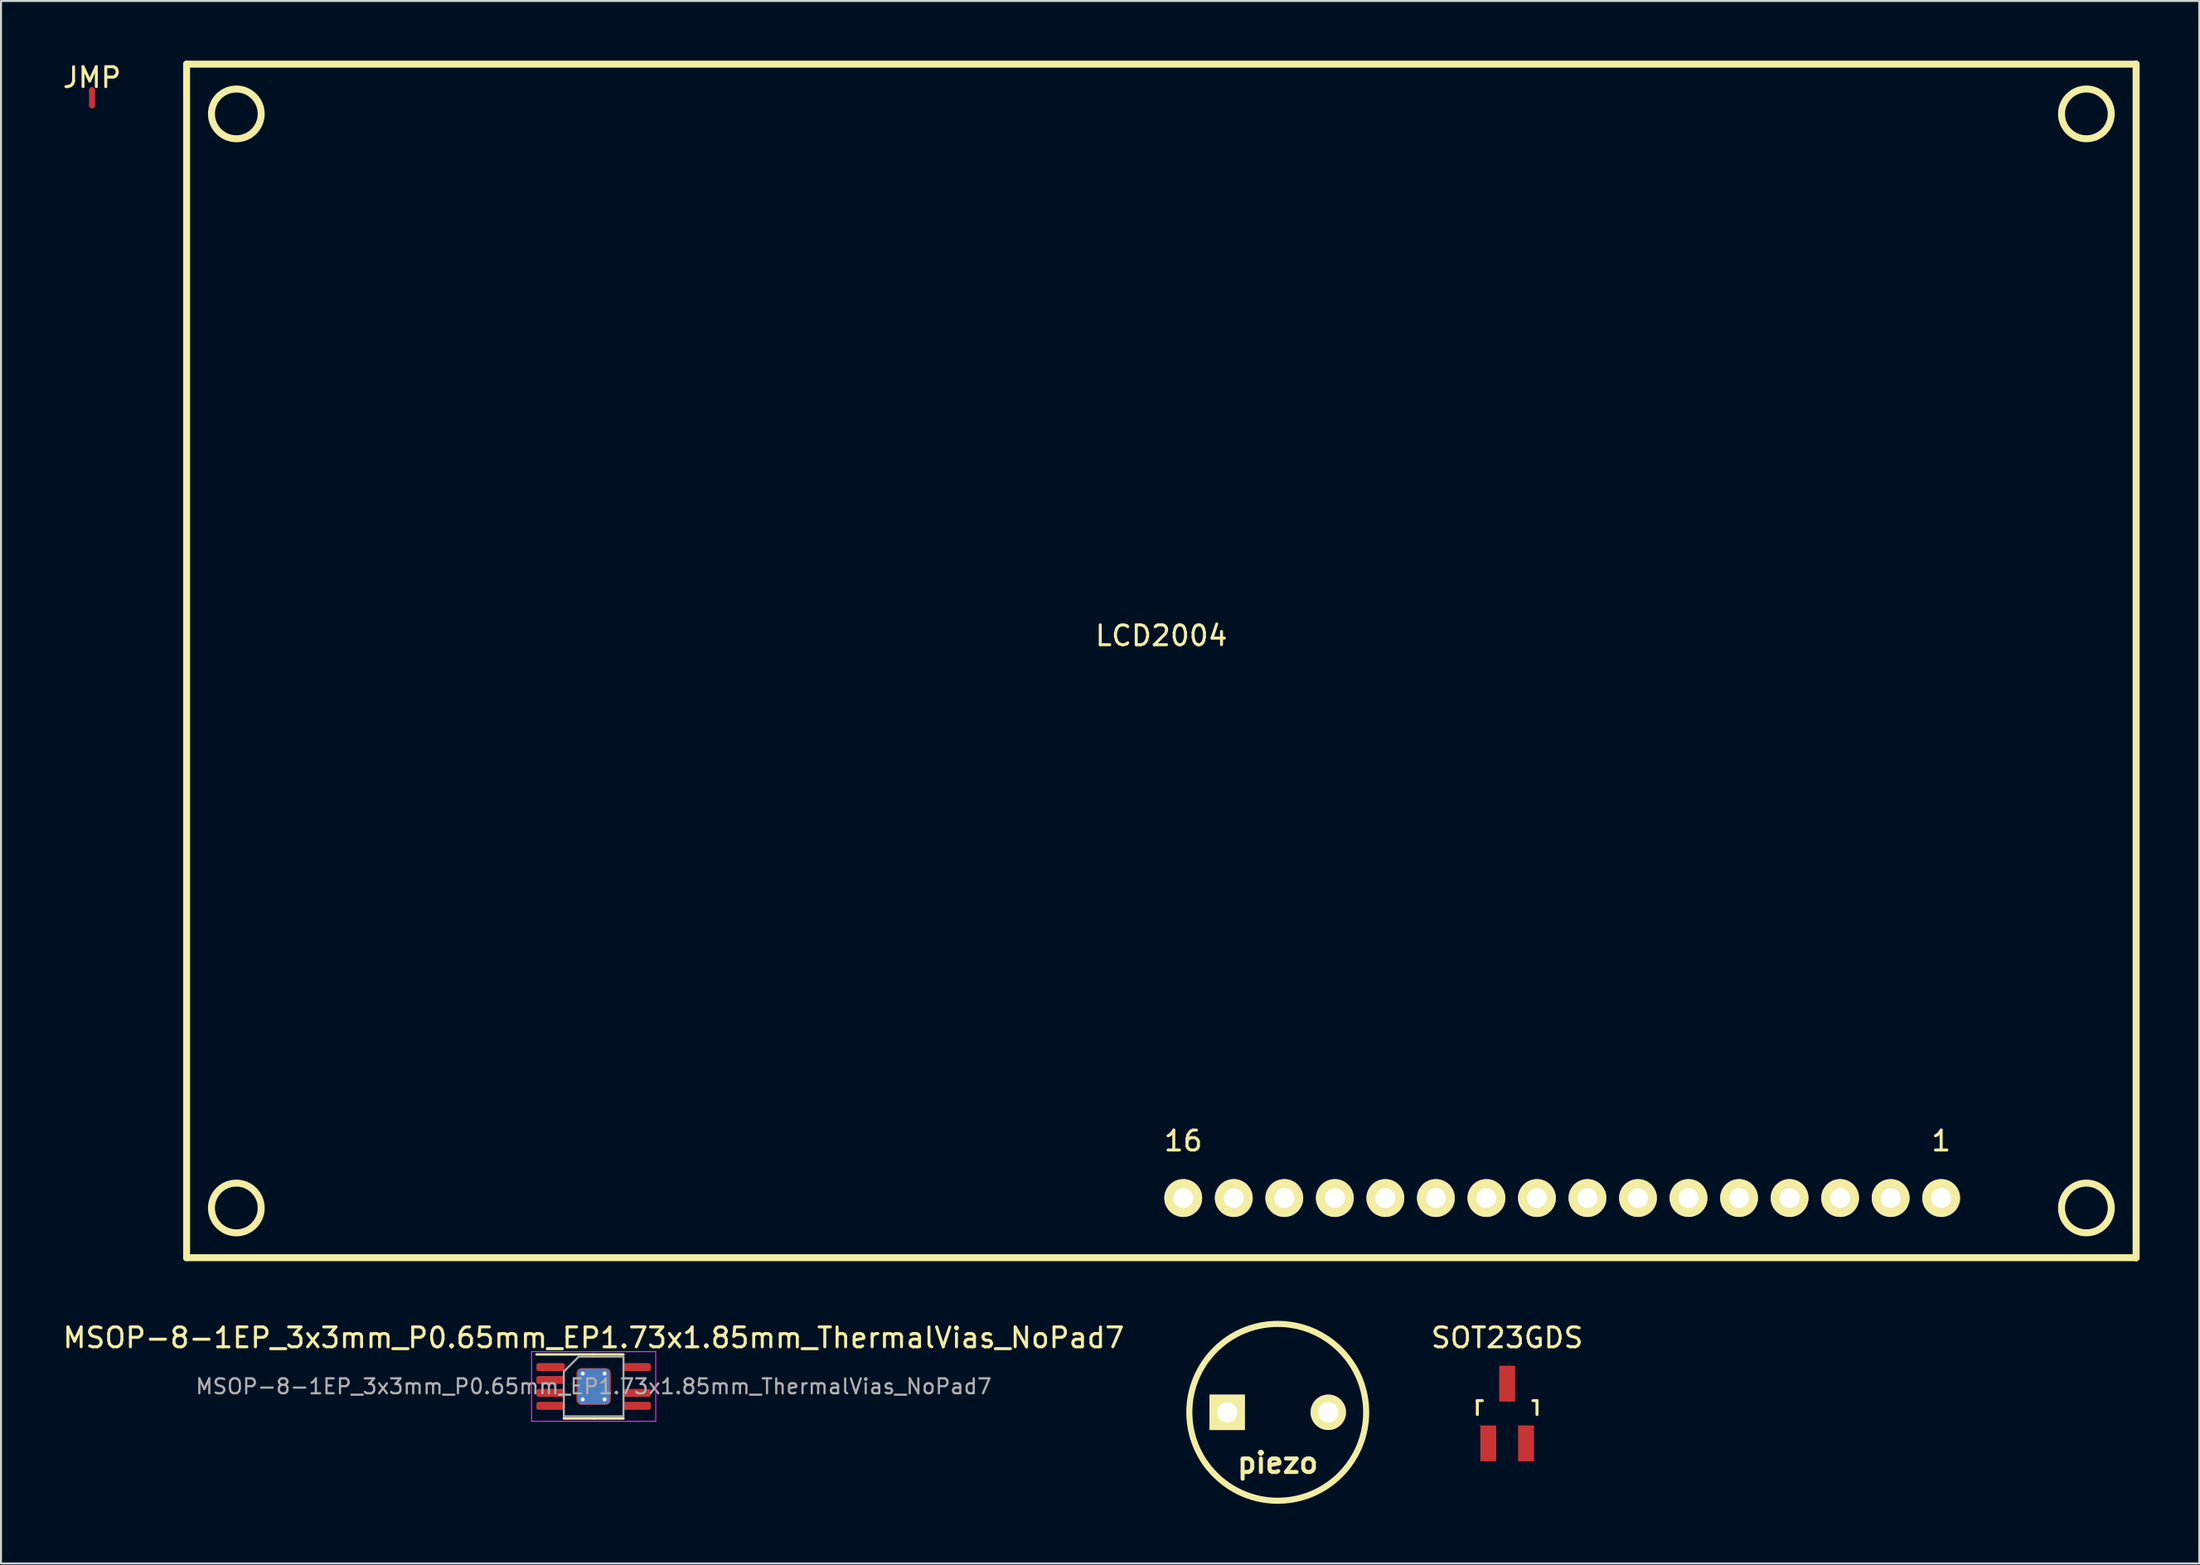
<source format=kicad_pcb>
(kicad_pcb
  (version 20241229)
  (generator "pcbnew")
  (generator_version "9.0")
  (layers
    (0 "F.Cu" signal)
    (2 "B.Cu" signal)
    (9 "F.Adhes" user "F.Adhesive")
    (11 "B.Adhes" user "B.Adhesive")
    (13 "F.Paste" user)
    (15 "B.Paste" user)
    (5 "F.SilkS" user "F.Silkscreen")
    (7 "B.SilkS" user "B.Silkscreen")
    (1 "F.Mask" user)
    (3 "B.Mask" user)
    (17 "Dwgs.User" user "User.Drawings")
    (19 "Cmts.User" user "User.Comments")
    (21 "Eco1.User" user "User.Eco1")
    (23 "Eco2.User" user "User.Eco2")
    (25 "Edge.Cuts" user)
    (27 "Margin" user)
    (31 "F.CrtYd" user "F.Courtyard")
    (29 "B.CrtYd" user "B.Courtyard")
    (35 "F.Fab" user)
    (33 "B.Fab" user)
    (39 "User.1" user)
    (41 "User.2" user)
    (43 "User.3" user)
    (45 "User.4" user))
  (footprint "MSOP-8-1EP_3x3mm_P0.65mm_EP1.73x1.85mm_ThermalVias_NoPad7"
    (layer "F.Cu")
    (at 26.792 66.648)
    (property "Reference" "MSOP-8-1EP_3x3mm_P0.65mm_EP1.73x1.85mm_ThermalVias_NoPad7" (at 0 -2.45 0) (layer "F.SilkS") (effects (font (size 1 1) (thickness 0.15))))
    (attr smd)
    (fp_line (start 0 -1.61) (end -2.875 -1.61) (stroke (width 0.12) (type solid)) (layer "F.SilkS"))
    (fp_line (start 0 -1.61) (end 1.5 -1.61) (stroke (width 0.12) (type solid)) (layer "F.SilkS"))
    (fp_line (start 0 1.61) (end -1.5 1.61) (stroke (width 0.12) (type solid)) (layer "F.SilkS"))
    (fp_line (start 0 1.61) (end 1.5 1.61) (stroke (width 0.12) (type solid)) (layer "F.SilkS"))
    (fp_line (start -3.12 -1.75) (end -3.12 1.75) (stroke (width 0.05) (type solid)) (layer "F.CrtYd"))
    (fp_line (start -3.12 1.75) (end 3.12 1.75) (stroke (width 0.05) (type solid)) (layer "F.CrtYd"))
    (fp_line (start 3.12 -1.75) (end -3.12 -1.75) (stroke (width 0.05) (type solid)) (layer "F.CrtYd"))
    (fp_line (start 3.12 1.75) (end 3.12 -1.75) (stroke (width 0.05) (type solid)) (layer "F.CrtYd"))
    (fp_line (start -1.5 -0.75) (end -0.75 -1.5) (stroke (width 0.1) (type solid)) (layer "F.Fab"))
    (fp_line (start -1.5 1.5) (end -1.5 -0.75) (stroke (width 0.1) (type solid)) (layer "F.Fab"))
    (fp_line (start -0.75 -1.5) (end 1.5 -1.5) (stroke (width 0.1) (type solid)) (layer "F.Fab"))
    (fp_line (start 1.5 -1.5) (end 1.5 1.5) (stroke (width 0.1) (type solid)) (layer "F.Fab"))
    (fp_line (start 1.5 1.5) (end -1.5 1.5) (stroke (width 0.1) (type solid)) (layer "F.Fab"))
    (fp_text user "${REFERENCE}" (at 0 0 0) (layer "F.Fab") (effects (font (size 0.75 0.75) (thickness 0.11))))
    (pad "" smd roundrect (at -0.43 -0.46) (size 0.72 0.77) (layers "F.Paste") (roundrect_rratio 0.25))
    (pad "" smd roundrect (at -0.43 0.46) (size 0.72 0.77) (layers "F.Paste") (roundrect_rratio 0.25))
    (pad "" smd roundrect (at 0.43 -0.46) (size 0.72 0.77) (layers "F.Paste") (roundrect_rratio 0.25))
    (pad "" smd roundrect (at 0.43 0.46) (size 0.72 0.77) (layers "F.Paste") (roundrect_rratio 0.25))
    (pad "1" smd roundrect (at -2.163 -0.975) (size 1.425 0.4) (layers "F.Cu" "F.Mask" "F.Paste") (roundrect_rratio 0.25))
    (pad "2" smd roundrect (at -2.163 -0.325) (size 1.425 0.4) (layers "F.Cu" "F.Mask" "F.Paste") (roundrect_rratio 0.25))
    (pad "3" smd roundrect (at -2.163 0.325) (size 1.425 0.4) (layers "F.Cu" "F.Mask" "F.Paste") (roundrect_rratio 0.25))
    (pad "4" smd roundrect (at -2.163 0.975) (size 1.425 0.4) (layers "F.Cu" "F.Mask" "F.Paste") (roundrect_rratio 0.25))
    (pad "5" smd roundrect (at 2.163 0.975) (size 1.425 0.4) (layers "F.Cu" "F.Mask" "F.Paste") (roundrect_rratio 0.25))
    (pad "6" smd roundrect (at 2.163 0.325) (size 1.425 0.4) (layers "F.Cu" "F.Mask" "F.Paste") (roundrect_rratio 0.25))
    (pad "8" smd roundrect (at 2.163 -0.975) (size 1.425 0.4) (layers "F.Cu" "F.Mask" "F.Paste") (roundrect_rratio 0.25))
    (pad "9" thru_hole circle (at -0.55 -0.65) (size 0.5 0.5) (drill 0.2) (layers "*.Cu"))
    (pad "9" thru_hole circle (at -0.55 0.65) (size 0.5 0.5) (drill 0.2) (layers "*.Cu"))
    (pad "9" smd roundrect (at 0 0) (size 1.6 1.8) (layers "B.Cu") (roundrect_rratio 0.156))
    (pad "9" smd roundrect (at 0 0) (size 1.73 1.85) (layers "F.Cu" "F.Mask") (roundrect_rratio 0.145))
    (pad "9" thru_hole circle (at 0.55 -0.65) (size 0.5 0.5) (drill 0.2) (layers "*.Cu"))
    (pad "9" thru_hole circle (at 0.55 0.65) (size 0.5 0.5) (drill 0.2) (layers "*.Cu")))
  (footprint "LCD2004"
    (layer "F.Cu")
    (at 55.33 30.175)
    (property "Reference" "LCD2004" (at 0 -1.27 0) (layer "F.SilkS") (effects (font (size 1 1) (thickness 0.15))))
    (attr through_hole)
    (fp_line (start -49 -30) (end -49 30) (stroke (width 0.35) (type solid)) (layer "F.SilkS"))
    (fp_line (start -49 -30) (end 49 -30) (stroke (width 0.35) (type solid)) (layer "F.SilkS"))
    (fp_line (start -49 30) (end 49 30) (stroke (width 0.35) (type solid)) (layer "F.SilkS"))
    (fp_line (start 49 30) (end 49 -30) (stroke (width 0.35) (type solid)) (layer "F.SilkS"))
    (fp_circle (center -46.5 -27.5) (end -47.75 -27.5) (stroke (width 0.35) (type solid)) (fill no) (layer "F.SilkS"))
    (fp_circle (center -46.5 27.5) (end -47.75 27.5) (stroke (width 0.35) (type solid)) (fill no) (layer "F.SilkS"))
    (fp_circle (center 39.2 27) (end 39.7 27) (stroke (width 0.35) (type solid)) (fill no) (layer "F.SilkS"))
    (fp_circle (center 46.5 -27.5) (end 47.75 -27.5) (stroke (width 0.35) (type solid)) (fill no) (layer "F.SilkS"))
    (fp_circle (center 46.5 27.5) (end 47.75 27.5) (stroke (width 0.35) (type solid)) (fill no) (layer "F.SilkS"))
    (fp_text user "16" (at 1.1 24.13 0) (layer "F.SilkS") (effects (font (size 1 1) (thickness 0.15))))
    (fp_text user "1" (at 39.2 24.13 0) (layer "F.SilkS") (effects (font (size 1 1) (thickness 0.15))))
    (pad "1" thru_hole circle (at 39.2 27) (size 1.9 1.9) (drill 1) (layers "*.Cu" "*.Mask" "F.SilkS"))
    (pad "2" thru_hole circle (at 36.66 27) (size 1.9 1.9) (drill 1) (layers "*.Cu" "*.Mask" "F.SilkS"))
    (pad "3" thru_hole circle (at 34.12 27) (size 1.9 1.9) (drill 1) (layers "*.Cu" "*.Mask" "F.SilkS"))
    (pad "4" thru_hole circle (at 31.58 27) (size 1.9 1.9) (drill 1) (layers "*.Cu" "*.Mask" "F.SilkS"))
    (pad "5" thru_hole circle (at 29.04 27) (size 1.9 1.9) (drill 1) (layers "*.Cu" "*.Mask" "F.SilkS"))
    (pad "6" thru_hole circle (at 26.5 27) (size 1.9 1.9) (drill 1) (layers "*.Cu" "*.Mask" "F.SilkS"))
    (pad "7" thru_hole circle (at 23.96 27) (size 1.9 1.9) (drill 1) (layers "*.Cu" "*.Mask" "F.SilkS"))
    (pad "8" thru_hole circle (at 21.42 27) (size 1.9 1.9) (drill 1) (layers "*.Cu" "*.Mask" "F.SilkS"))
    (pad "9" thru_hole circle (at 18.88 27) (size 1.9 1.9) (drill 1) (layers "*.Cu" "*.Mask" "F.SilkS"))
    (pad "10" thru_hole circle (at 16.34 27) (size 1.9 1.9) (drill 1) (layers "*.Cu" "*.Mask" "F.SilkS"))
    (pad "11" thru_hole circle (at 13.8 27) (size 1.9 1.9) (drill 1) (layers "*.Cu" "*.Mask" "F.SilkS"))
    (pad "12" thru_hole circle (at 11.26 27) (size 1.9 1.9) (drill 1) (layers "*.Cu" "*.Mask" "F.SilkS"))
    (pad "13" thru_hole circle (at 8.72 27) (size 1.9 1.9) (drill 1) (layers "*.Cu" "*.Mask" "F.SilkS"))
    (pad "14" thru_hole circle (at 6.18 27) (size 1.9 1.9) (drill 1) (layers "*.Cu" "*.Mask" "F.SilkS"))
    (pad "15" thru_hole circle (at 3.64 27) (size 1.9 1.9) (drill 1) (layers "*.Cu" "*.Mask" "F.SilkS"))
    (pad "16" thru_hole circle (at 1.1 27) (size 1.9 1.9) (drill 1) (layers "*.Cu" "*.Mask" "F.SilkS")))
  (footprint "JMP"
    (layer "F.Cu")
    (at 1.577 1.864)
    (property "Reference" "JMP" (at 0 -1.016 0) (layer "F.SilkS") (effects (font (size 1 1) (thickness 0.15))))
    (attr through_hole)
    (fp_line (start 0 -0.381) (end 0 0.381) (stroke (width 0.3) (type solid)) (layer "F.Cu"))
    (pad "1" smd circle (at 0 0.381) (size 0.3 0.3) (layers "F.Cu"))
    (pad "2" smd circle (at 0 -0.381 180) (size 0.3 0.3) (layers "F.Cu")))
  (footprint "piezo"
    (layer "F.Cu")
    (at 61.181 67.947)
    (property "Reference" "piezo" (at 0 2.54 0) (layer "F.SilkS") (effects (font (size 1.016 1.016) (thickness 0.203))))
    (attr through_hole)
    (fp_circle (center 0 0) (end -4.445 0) (stroke (width 0.305) (type solid)) (fill no) (layer "F.SilkS"))
    (pad "1" thru_hole rect (at -2.54 0) (size 1.778 1.778) (drill 1.016) (layers "*.Cu" "*.Mask" "F.SilkS"))
    (pad "2" thru_hole circle (at 2.54 0) (size 1.778 1.778) (drill 1.016) (layers "*.Cu" "*.Mask" "F.SilkS")))
  (footprint "SOT23GDS"
    (layer "F.Cu")
    (at 72.713 68.008)
    (property "Reference" "SOT23GDS" (at 0 -3.81 0) (layer "F.SilkS") (effects (font (size 1 1) (thickness 0.15))))
    (attr smd)
    (fp_line (start -1.5 -0.65) (end -1.251 -0.65) (stroke (width 0.15) (type solid)) (layer "F.SilkS"))
    (fp_line (start -1.5 0.051) (end -1.5 -0.65) (stroke (width 0.15) (type solid)) (layer "F.SilkS"))
    (fp_line (start 1.299 -0.65) (end 1.5 -0.65) (stroke (width 0.15) (type solid)) (layer "F.SilkS"))
    (fp_line (start 1.5 -0.65) (end 1.5 0.051) (stroke (width 0.15) (type solid)) (layer "F.SilkS"))
    (pad "D" smd rect (at 0 -1.501) (size 0.8 1.801) (layers "F.Cu" "F.Mask" "F.Paste"))
    (pad "G" smd rect (at -0.95 1.501) (size 0.8 1.801) (layers "F.Cu" "F.Mask" "F.Paste"))
    (pad "S" smd rect (at 0.95 1.501) (size 0.8 1.801) (layers "F.Cu" "F.Mask" "F.Paste")))
  (gr_rect
    (start -3 -3)
    (end 107.505 75.545)
    (stroke (width 0.1) (type default))
    (fill no)
    (layer "Edge.Cuts")))
</source>
